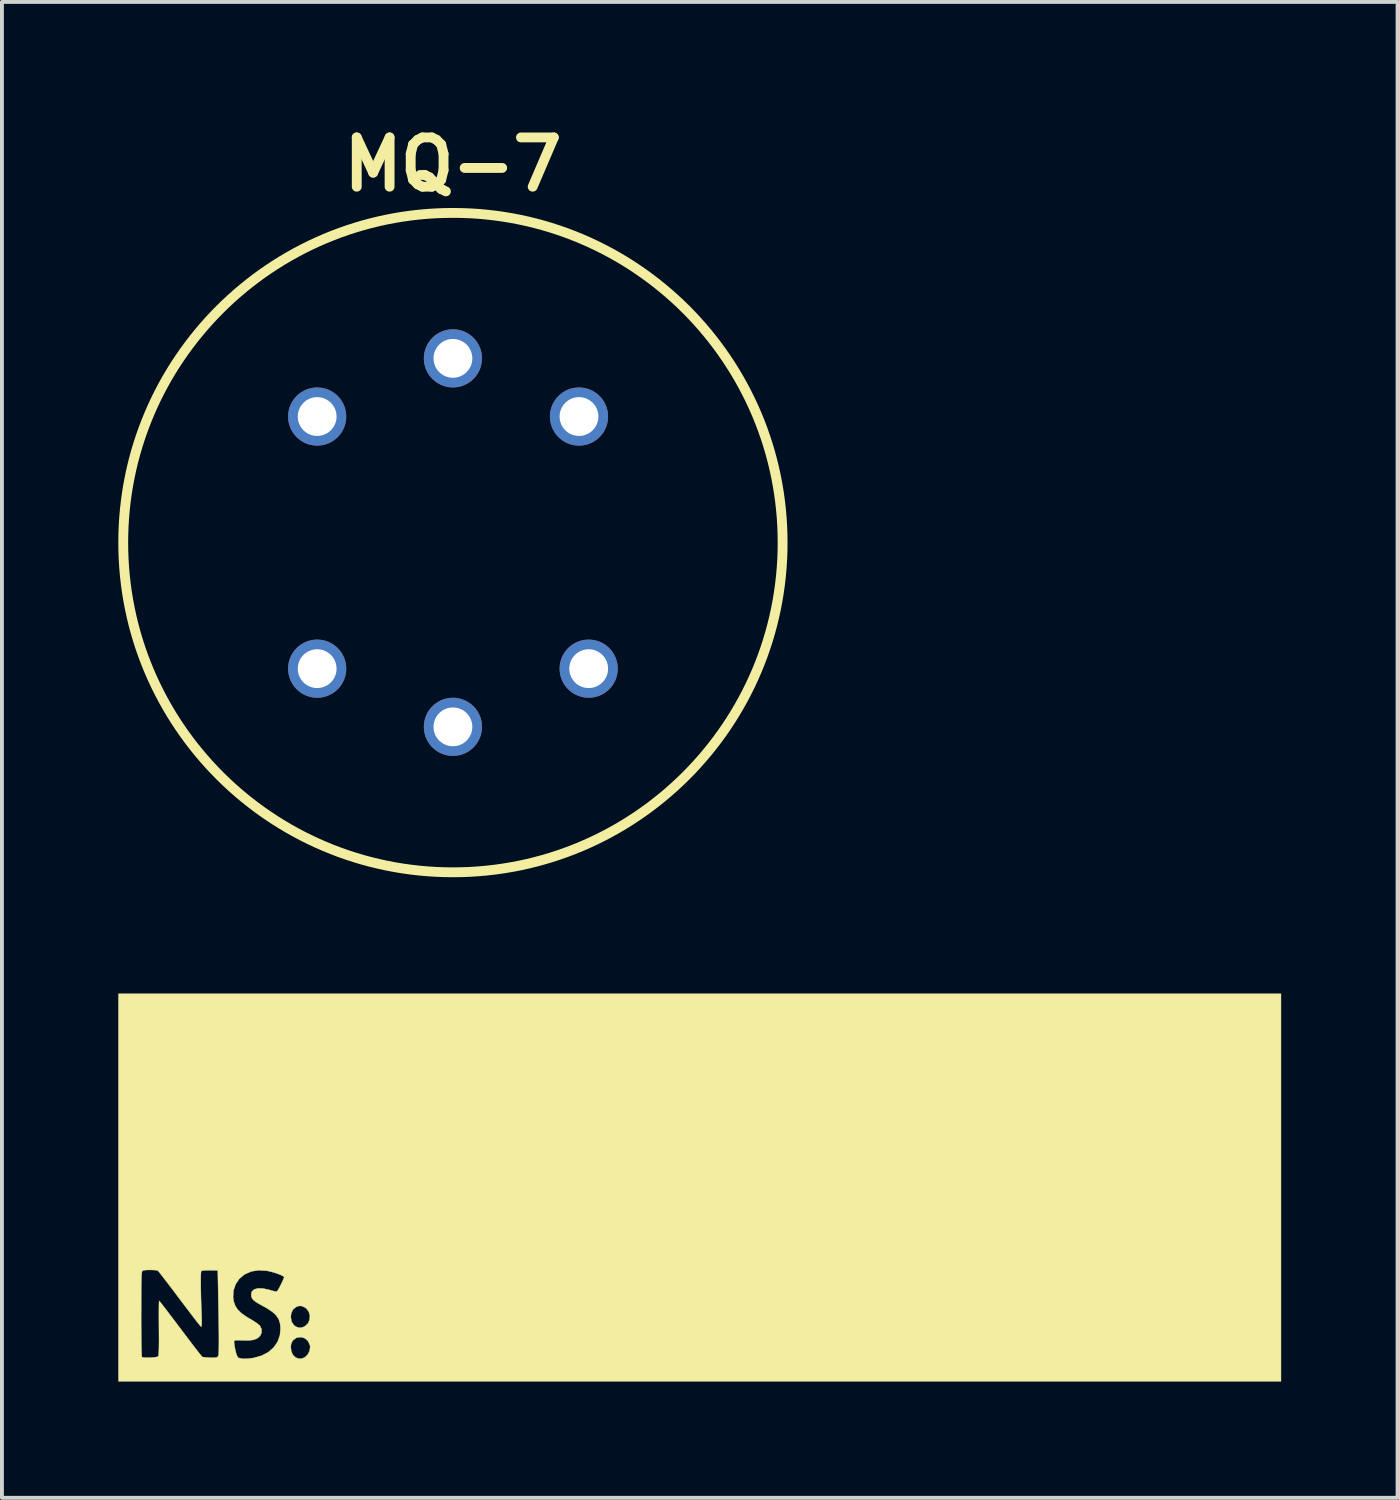
<source format=kicad_pcb>
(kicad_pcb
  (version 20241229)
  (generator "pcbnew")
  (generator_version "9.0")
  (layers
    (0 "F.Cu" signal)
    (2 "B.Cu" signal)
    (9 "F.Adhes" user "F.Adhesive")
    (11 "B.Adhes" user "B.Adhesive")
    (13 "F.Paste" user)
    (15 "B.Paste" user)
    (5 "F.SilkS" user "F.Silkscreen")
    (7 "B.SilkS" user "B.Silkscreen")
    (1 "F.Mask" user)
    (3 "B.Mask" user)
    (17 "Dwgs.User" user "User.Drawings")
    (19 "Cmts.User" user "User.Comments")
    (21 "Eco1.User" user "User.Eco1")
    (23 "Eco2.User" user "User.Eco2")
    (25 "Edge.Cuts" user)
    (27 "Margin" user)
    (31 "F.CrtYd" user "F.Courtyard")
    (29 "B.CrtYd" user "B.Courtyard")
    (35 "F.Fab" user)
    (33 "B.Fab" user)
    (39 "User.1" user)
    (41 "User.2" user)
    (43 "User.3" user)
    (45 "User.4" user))
  (footprint "NS10x30m negativo"
    (layer "F.Cu")
    (at 14.99 27.566)
    (property "Reference" "NS10x30m negativo" (at 0 0 0) (layer "F.SilkS") (effects (font (size 1.524 1.524) (thickness 0.3))))
    (attr through_hole)
    (fp_poly (pts (xy 14.985 4.995) (xy -14.985 4.995) (xy -14.985 3.254) (xy -14.401 3.254) (xy -14.401 3.505) (xy -14.399 3.733) (xy -14.397 3.932) (xy -14.395 4.099) (xy -14.391 4.23) (xy -14.387 4.321) (xy -14.382 4.368) (xy -14.38 4.373) (xy -14.339 4.383) (xy -14.267 4.387) (xy -14.177 4.386) (xy -14.087 4.38) (xy -14.011 4.371) (xy -13.966 4.359) (xy -13.962 4.356) (xy -13.953 4.324) (xy -13.946 4.248) (xy -13.942 4.126) (xy -13.94 3.956) (xy -13.941 3.739) (xy -13.942 3.626) (xy -13.943 3.444) (xy -13.944 3.28) (xy -13.943 3.139) (xy -13.942 3.029) (xy -13.94 2.955) (xy -13.937 2.923) (xy -13.936 2.923) (xy -13.919 2.942) (xy -13.875 2.997) (xy -13.808 3.083) (xy -13.722 3.195) (xy -13.62 3.33) (xy -13.504 3.482) (xy -13.388 3.636) (xy -13.264 3.801) (xy -13.148 3.954) (xy -13.045 4.089) (xy -12.957 4.203) (xy -12.889 4.29) (xy -12.844 4.345) (xy -12.827 4.365) (xy -12.79 4.374) (xy -12.718 4.382) (xy -12.626 4.386) (xy -12.617 4.387) (xy -12.522 4.388) (xy -12.464 4.383) (xy -12.432 4.369) (xy -12.413 4.344) (xy -12.41 4.337) (xy -12.403 4.295) (xy -12.399 4.205) (xy -12.397 4.066) (xy -12.396 3.88) (xy -12.398 3.647) (xy -12.402 3.368) (xy -12.405 3.209) (xy -12.412 2.827) (xy -12.031 2.827) (xy -12.017 2.929) (xy -11.976 3.047) (xy -11.909 3.151) (xy -11.807 3.248) (xy -11.666 3.345) (xy -11.604 3.38) (xy -11.506 3.439) (xy -11.419 3.497) (xy -11.357 3.546) (xy -11.339 3.565) (xy -11.295 3.656) (xy -11.299 3.752) (xy -11.339 3.829) (xy -11.408 3.889) (xy -11.503 3.927) (xy -11.632 3.942) (xy -11.782 3.94) (xy -11.891 3.935) (xy -11.96 3.937) (xy -11.995 3.948) (xy -12.005 3.96) (xy -12.005 3.999) (xy -11.996 4.072) (xy -11.979 4.164) (xy -11.975 4.184) (xy -11.949 4.288) (xy -11.924 4.352) (xy -11.896 4.387) (xy -11.879 4.396) (xy -11.778 4.416) (xy -11.637 4.413) (xy -11.5 4.393) (xy -11.295 4.335) (xy -11.122 4.244) (xy -10.983 4.123) (xy -10.971 4.106) (xy -10.544 4.106) (xy -10.531 4.218) (xy -10.489 4.315) (xy -10.423 4.38) (xy -10.418 4.383) (xy -10.328 4.416) (xy -10.244 4.407) (xy -10.173 4.372) (xy -10.104 4.305) (xy -10.058 4.21) (xy -10.043 4.109) (xy -10.049 4.065) (xy -10.096 3.963) (xy -10.171 3.892) (xy -10.265 3.857) (xy -10.366 3.864) (xy -10.411 3.882) (xy -10.491 3.942) (xy -10.533 4.024) (xy -10.544 4.106) (xy -10.971 4.106) (xy -10.882 3.976) (xy -10.823 3.807) (xy -10.807 3.634) (xy -10.82 3.502) (xy -10.855 3.392) (xy -10.893 3.336) (xy -10.544 3.336) (xy -10.524 3.457) (xy -10.464 3.548) (xy -10.409 3.588) (xy -10.322 3.618) (xy -10.236 3.604) (xy -10.173 3.573) (xy -10.097 3.5) (xy -10.057 3.405) (xy -10.05 3.301) (xy -10.079 3.201) (xy -10.141 3.119) (xy -10.174 3.095) (xy -10.258 3.055) (xy -10.331 3.052) (xy -10.401 3.076) (xy -10.483 3.139) (xy -10.531 3.237) (xy -10.544 3.336) (xy -10.893 3.336) (xy -10.919 3.296) (xy -11.015 3.206) (xy -11.152 3.116) (xy -11.251 3.06) (xy -11.377 2.991) (xy -11.464 2.935) (xy -11.519 2.887) (xy -11.55 2.84) (xy -11.562 2.786) (xy -11.564 2.75) (xy -11.543 2.675) (xy -11.482 2.624) (xy -11.387 2.6) (xy -11.263 2.603) (xy -11.112 2.634) (xy -11.077 2.645) (xy -10.995 2.668) (xy -10.931 2.681) (xy -10.902 2.681) (xy -10.882 2.657) (xy -10.848 2.6) (xy -10.808 2.524) (xy -10.769 2.444) (xy -10.736 2.372) (xy -10.717 2.322) (xy -10.714 2.31) (xy -10.737 2.287) (xy -10.796 2.256) (xy -10.881 2.222) (xy -10.981 2.189) (xy -11.083 2.162) (xy -11.165 2.145) (xy -11.373 2.132) (xy -11.559 2.162) (xy -11.727 2.235) (xy -11.747 2.248) (xy -11.875 2.357) (xy -11.967 2.496) (xy -12.021 2.656) (xy -12.031 2.827) (xy -12.412 2.827) (xy -12.425 2.135) (xy -12.631 2.132) (xy -12.728 2.133) (xy -12.804 2.139) (xy -12.848 2.148) (xy -12.852 2.152) (xy -12.859 2.187) (xy -12.863 2.266) (xy -12.864 2.381) (xy -12.864 2.526) (xy -12.862 2.694) (xy -12.858 2.878) (xy -12.852 3.072) (xy -12.846 3.219) (xy -12.841 3.376) (xy -12.839 3.487) (xy -12.843 3.555) (xy -12.85 3.586) (xy -12.857 3.587) (xy -12.878 3.564) (xy -12.926 3.505) (xy -12.996 3.416) (xy -13.085 3.3) (xy -13.189 3.163) (xy -13.305 3.01) (xy -13.414 2.865) (xy -13.538 2.701) (xy -13.653 2.549) (xy -13.756 2.414) (xy -13.843 2.302) (xy -13.91 2.216) (xy -13.954 2.161) (xy -13.971 2.142) (xy -14.011 2.132) (xy -14.084 2.126) (xy -14.173 2.124) (xy -14.261 2.126) (xy -14.331 2.133) (xy -14.349 2.137) (xy -14.361 2.141) (xy -14.37 2.151) (xy -14.378 2.169) (xy -14.385 2.201) (xy -14.39 2.251) (xy -14.394 2.323) (xy -14.396 2.421) (xy -14.398 2.551) (xy -14.399 2.716) (xy -14.4 2.922) (xy -14.4 3.171) (xy -14.401 3.254) (xy -14.985 3.254) (xy -14.985 -4.995) (xy 14.985 -4.995) (xy 14.985 4.995)) (stroke (width 0.01) (type solid)) (fill yes) (layer "F.SilkS")))
  (footprint "MQ-7"
    (layer "F.Cu")
    (at 8.627 10.939)
    (property "Reference" "MQ-7" (at 0 -9.75 0) (layer "F.SilkS") (effects (font (size 1.27 1.27) (thickness 0.254))))
    (attr through_hole)
    (fp_circle (center 0 0) (end 8.5 0) (stroke (width 0.254) (type solid)) (fill no) (layer "F.SilkS"))
    (pad "1" thru_hole circle (at -3.5 3.25 90) (size 1.5 1.5) (drill 1) (layers "*.Cu" "*.Mask"))
    (pad "2" thru_hole circle (at 0 4.75 90) (size 1.5 1.5) (drill 1) (layers "*.Cu" "*.Mask"))
    (pad "3" thru_hole circle (at 3.5 3.25 90) (size 1.5 1.5) (drill 1) (layers "*.Cu" "*.Mask"))
    (pad "4" thru_hole circle (at 3.25 -3.25 90) (size 1.5 1.5) (drill 1) (layers "*.Cu" "*.Mask"))
    (pad "5" thru_hole circle (at 0 -4.75 90) (size 1.5 1.5) (drill 1) (layers "*.Cu" "*.Mask"))
    (pad "6" thru_hole circle (at -3.5 -3.25 90) (size 1.5 1.5) (drill 1) (layers "*.Cu" "*.Mask")))
  (gr_rect
    (start -3 -3)
    (end 32.981 35.566)
    (stroke (width 0.1) (type default))
    (fill no)
    (layer "Edge.Cuts")))
</source>
